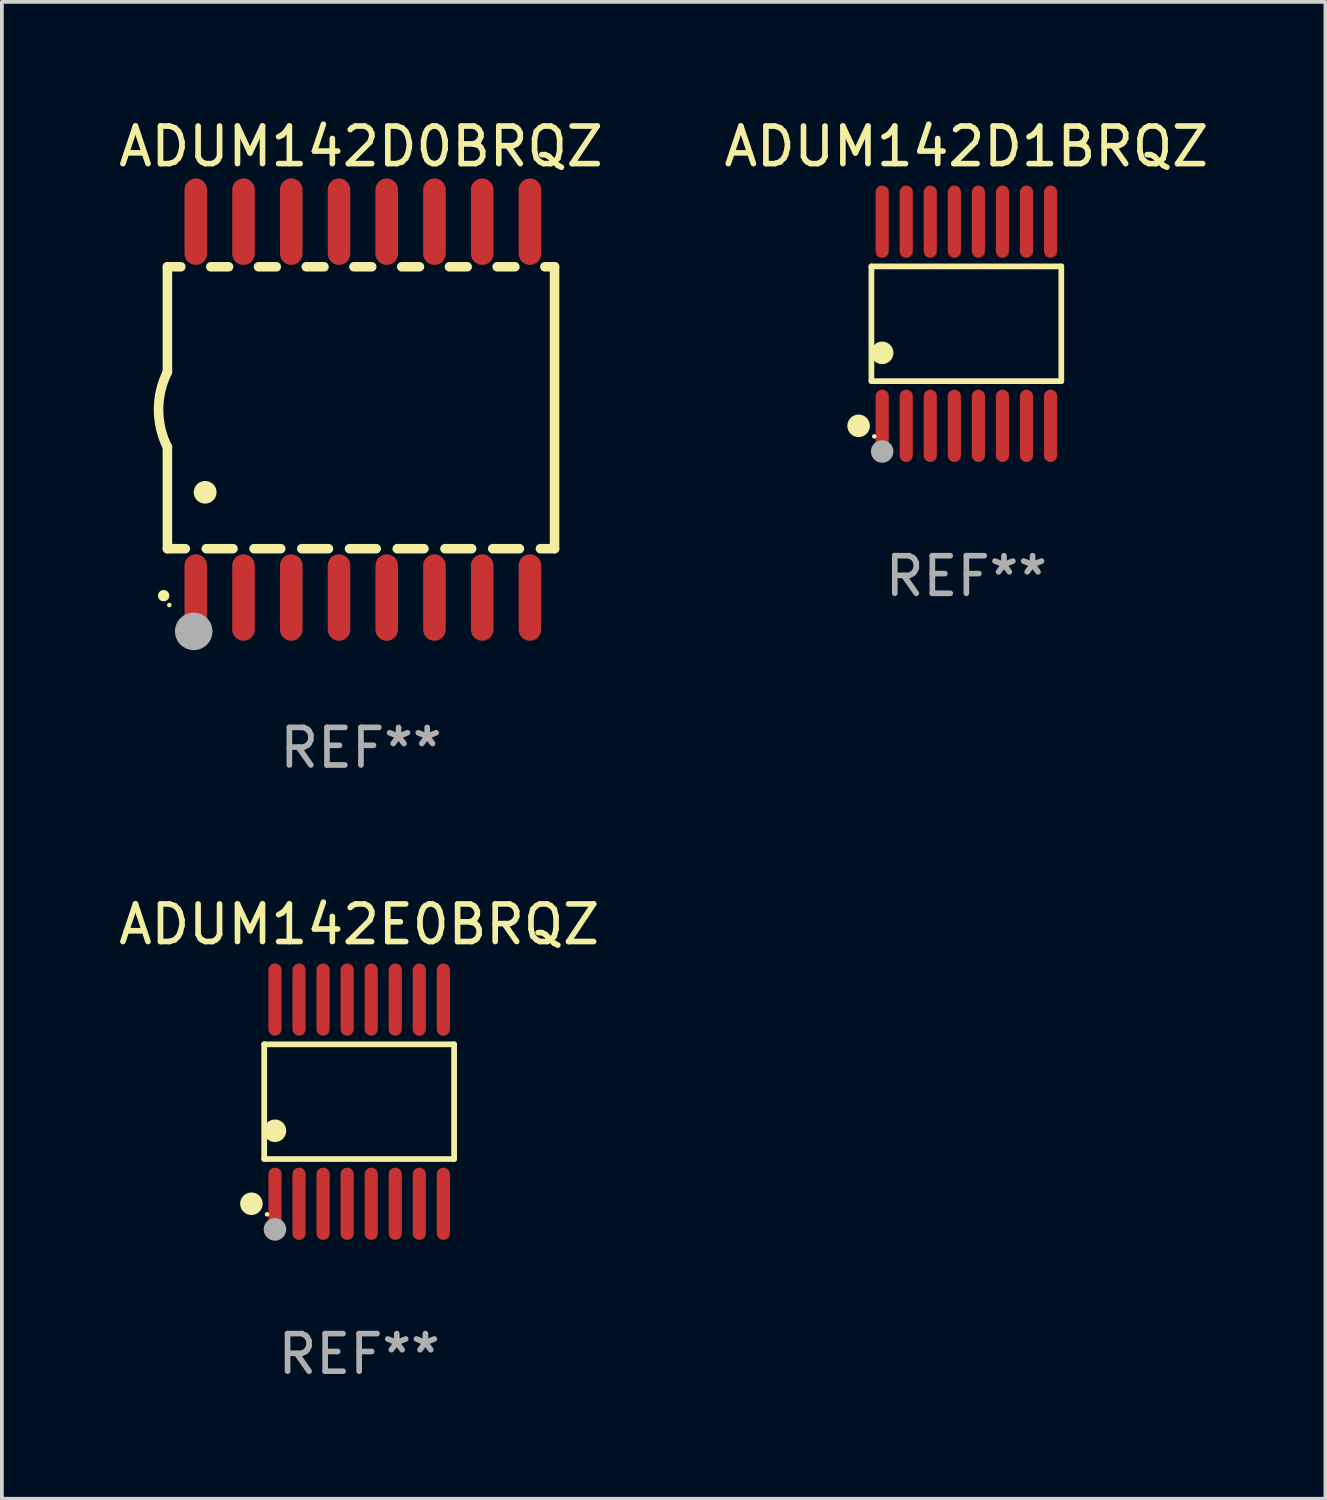
<source format=kicad_pcb>
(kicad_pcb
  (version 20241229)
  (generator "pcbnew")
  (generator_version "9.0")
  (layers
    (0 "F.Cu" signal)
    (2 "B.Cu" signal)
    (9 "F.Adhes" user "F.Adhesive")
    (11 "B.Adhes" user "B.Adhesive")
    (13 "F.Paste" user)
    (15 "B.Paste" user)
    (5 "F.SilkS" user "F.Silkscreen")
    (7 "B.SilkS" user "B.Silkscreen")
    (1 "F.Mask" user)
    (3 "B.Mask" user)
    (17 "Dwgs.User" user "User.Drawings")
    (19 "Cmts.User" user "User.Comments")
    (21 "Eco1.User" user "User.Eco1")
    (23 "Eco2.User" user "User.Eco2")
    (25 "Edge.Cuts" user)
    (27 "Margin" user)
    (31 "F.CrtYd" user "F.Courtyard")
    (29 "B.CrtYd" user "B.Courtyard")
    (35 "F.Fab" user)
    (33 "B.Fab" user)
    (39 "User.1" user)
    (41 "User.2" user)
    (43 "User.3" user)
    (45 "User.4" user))
  (footprint "ADUM142D0BRQZ"
    (layer "F.Cu")
    (at 6.554 7.848)
    (property "Reference" "ADUM142D0BRQZ" (at 0 -7 0) (layer "F.SilkS") (effects (font (size 1 1) (thickness 0.15))))
    (attr through_hole)
    (fp_line (start -5.15 -3.8) (end -4.794 -3.8) (stroke (width 0.254) (type solid)) (layer "F.SilkS"))
    (fp_line (start -5.15 -1) (end -5.15 -3.8) (stroke (width 0.254) (type solid)) (layer "F.SilkS"))
    (fp_line (start -5.15 3.7) (end -5.15 1.001) (stroke (width 0.254) (type solid)) (layer "F.SilkS"))
    (fp_line (start -4.675 3.7) (end -5.15 3.7) (stroke (width 0.254) (type solid)) (layer "F.SilkS"))
    (fp_line (start -3.996 -3.8) (end -3.524 -3.8) (stroke (width 0.254) (type solid)) (layer "F.SilkS"))
    (fp_line (start -3.405 3.7) (end -4.115 3.7) (stroke (width 0.254) (type solid)) (layer "F.SilkS"))
    (fp_line (start -2.726 -3.8) (end -2.254 -3.8) (stroke (width 0.254) (type solid)) (layer "F.SilkS"))
    (fp_line (start -2.135 3.7) (end -2.845 3.7) (stroke (width 0.254) (type solid)) (layer "F.SilkS"))
    (fp_line (start -1.456 -3.8) (end -0.984 -3.8) (stroke (width 0.254) (type solid)) (layer "F.SilkS"))
    (fp_line (start -0.865 3.7) (end -1.575 3.7) (stroke (width 0.254) (type solid)) (layer "F.SilkS"))
    (fp_line (start -0.186 -3.8) (end 0.286 -3.8) (stroke (width 0.254) (type solid)) (layer "F.SilkS"))
    (fp_line (start 0.405 3.7) (end -0.305 3.7) (stroke (width 0.254) (type solid)) (layer "F.SilkS"))
    (fp_line (start 1.084 -3.8) (end 1.556 -3.8) (stroke (width 0.254) (type solid)) (layer "F.SilkS"))
    (fp_line (start 1.675 3.7) (end 0.965 3.7) (stroke (width 0.254) (type solid)) (layer "F.SilkS"))
    (fp_line (start 2.354 -3.8) (end 2.826 -3.8) (stroke (width 0.254) (type solid)) (layer "F.SilkS"))
    (fp_line (start 2.945 3.7) (end 2.235 3.7) (stroke (width 0.254) (type solid)) (layer "F.SilkS"))
    (fp_line (start 3.624 -3.8) (end 4.096 -3.8) (stroke (width 0.254) (type solid)) (layer "F.SilkS"))
    (fp_line (start 4.215 3.7) (end 3.505 3.7) (stroke (width 0.254) (type solid)) (layer "F.SilkS"))
    (fp_line (start 4.894 -3.8) (end 5.15 -3.8) (stroke (width 0.254) (type solid)) (layer "F.SilkS"))
    (fp_line (start 5.15 -3.8) (end 5.15 3.7) (stroke (width 0.254) (type solid)) (layer "F.SilkS"))
    (fp_line (start 5.15 3.7) (end 4.775 3.7) (stroke (width 0.254) (type solid)) (layer "F.SilkS"))
    (fp_arc (start -5.250991 4.950495) (mid -5.249721 4.95049) (end -5.248451 4.950495) (stroke (width 0.3) (type solid)) (layer "F.SilkS"))
    (fp_arc (start -5.149111 1.000507) (mid -5.385546 0.000374) (end -5.150025 -0.999975) (stroke (width 0.254001) (type solid)) (layer "F.SilkS"))
    (fp_arc (start -4.15 2.200025) (mid -4.14619 2.200001) (end -4.14238 2.200025) (stroke (width 0.6) (type solid)) (layer "F.SilkS"))
    (fp_circle (center -5.1 5.2) (end -5.07 5.2) (stroke (width 0.06) (type solid)) (fill no) (layer "F.SilkS"))
    (fp_circle (center -4.45 5.9) (end -4.2 5.9) (stroke (width 0.5) (type solid)) (fill no) (layer "F.Fab"))
    (fp_text user "REF**" (at 0 9 0) (layer "F.Fab") (effects (font (size 1 1) (thickness 0.15))))
    (pad "1" smd oval (at -4.395 5 180) (size 0.6 2.3) (layers "F.Cu" "F.Mask" "F.Paste"))
    (pad "2" smd oval (at -3.125 5 180) (size 0.6 2.3) (layers "F.Cu" "F.Mask" "F.Paste"))
    (pad "3" smd oval (at -1.855 5 180) (size 0.6 2.3) (layers "F.Cu" "F.Mask" "F.Paste"))
    (pad "4" smd oval (at -0.585 5 180) (size 0.6 2.3) (layers "F.Cu" "F.Mask" "F.Paste"))
    (pad "5" smd oval (at 0.685 5 180) (size 0.6 2.3) (layers "F.Cu" "F.Mask" "F.Paste"))
    (pad "6" smd oval (at 1.955 5 180) (size 0.6 2.3) (layers "F.Cu" "F.Mask" "F.Paste"))
    (pad "7" smd oval (at 3.225 5 180) (size 0.6 2.3) (layers "F.Cu" "F.Mask" "F.Paste"))
    (pad "8" smd oval (at 4.495 5 180) (size 0.6 2.3) (layers "F.Cu" "F.Mask" "F.Paste"))
    (pad "9" smd oval (at 4.495 -5 180) (size 0.6 2.3) (layers "F.Cu" "F.Mask" "F.Paste"))
    (pad "10" smd oval (at 3.225 -5 180) (size 0.6 2.3) (layers "F.Cu" "F.Mask" "F.Paste"))
    (pad "11" smd oval (at 1.955 -5 180) (size 0.6 2.3) (layers "F.Cu" "F.Mask" "F.Paste"))
    (pad "12" smd oval (at 0.685 -5 180) (size 0.6 2.3) (layers "F.Cu" "F.Mask" "F.Paste"))
    (pad "13" smd oval (at -0.585 -5 180) (size 0.6 2.3) (layers "F.Cu" "F.Mask" "F.Paste"))
    (pad "14" smd oval (at -1.855 -5 180) (size 0.6 2.3) (layers "F.Cu" "F.Mask" "F.Paste"))
    (pad "15" smd oval (at -3.125 -5 180) (size 0.6 2.3) (layers "F.Cu" "F.Mask" "F.Paste"))
    (pad "16" smd oval (at -4.395 -5 180) (size 0.6 2.3) (layers "F.Cu" "F.Mask" "F.Paste")))
  (footprint "ADUM142E0BRQZ"
    (layer "F.Cu")
    (at 6.506 26.261)
    (property "Reference" "ADUM142E0BRQZ" (at 0 -4.716 0) (layer "F.SilkS") (effects (font (size 1 1) (thickness 0.15))))
    (attr through_hole)
    (fp_line (start -2.526 -1.526) (end 2.526 -1.526) (stroke (width 0.152) (type solid)) (layer "F.SilkS"))
    (fp_line (start -2.526 1.526) (end -2.526 -1.526) (stroke (width 0.152) (type solid)) (layer "F.SilkS"))
    (fp_line (start 2.526 -1.526) (end 2.526 1.526) (stroke (width 0.152) (type solid)) (layer "F.SilkS"))
    (fp_line (start 2.526 1.526) (end -2.526 1.526) (stroke (width 0.152) (type solid)) (layer "F.SilkS"))
    (fp_circle (center -2.867 2.716) (end -2.717 2.716) (stroke (width 0.3) (type solid)) (fill no) (layer "F.SilkS"))
    (fp_circle (center -2.45 2.997) (end -2.42 2.997) (stroke (width 0.06) (type solid)) (fill no) (layer "F.SilkS"))
    (fp_circle (center -2.24 0.774) (end -2.09 0.774) (stroke (width 0.3) (type solid)) (fill no) (layer "F.SilkS"))
    (fp_circle (center -2.24 3.398) (end -2.09 3.398) (stroke (width 0.3) (type solid)) (fill no) (layer "F.Fab"))
    (fp_text user "REF**" (at 0 6.716 0) (layer "F.Fab") (effects (font (size 1 1) (thickness 0.15))))
    (pad "1" smd oval (at -2.24 2.716) (size 0.35 1.922) (layers "F.Cu" "F.Mask" "F.Paste"))
    (pad "2" smd oval (at -1.6 2.716) (size 0.35 1.922) (layers "F.Cu" "F.Mask" "F.Paste"))
    (pad "3" smd oval (at -0.96 2.716) (size 0.35 1.922) (layers "F.Cu" "F.Mask" "F.Paste"))
    (pad "4" smd oval (at -0.32 2.716) (size 0.35 1.922) (layers "F.Cu" "F.Mask" "F.Paste"))
    (pad "5" smd oval (at 0.32 2.716) (size 0.35 1.922) (layers "F.Cu" "F.Mask" "F.Paste"))
    (pad "6" smd oval (at 0.96 2.716) (size 0.35 1.922) (layers "F.Cu" "F.Mask" "F.Paste"))
    (pad "7" smd oval (at 1.6 2.716) (size 0.35 1.922) (layers "F.Cu" "F.Mask" "F.Paste"))
    (pad "8" smd oval (at 2.24 2.716) (size 0.35 1.922) (layers "F.Cu" "F.Mask" "F.Paste"))
    (pad "9" smd oval (at 2.24 -2.716) (size 0.35 1.922) (layers "F.Cu" "F.Mask" "F.Paste"))
    (pad "10" smd oval (at 1.6 -2.716) (size 0.35 1.922) (layers "F.Cu" "F.Mask" "F.Paste"))
    (pad "11" smd oval (at 0.96 -2.716) (size 0.35 1.922) (layers "F.Cu" "F.Mask" "F.Paste"))
    (pad "12" smd oval (at 0.32 -2.716) (size 0.35 1.922) (layers "F.Cu" "F.Mask" "F.Paste"))
    (pad "13" smd oval (at -0.32 -2.716) (size 0.35 1.922) (layers "F.Cu" "F.Mask" "F.Paste"))
    (pad "14" smd oval (at -0.96 -2.716) (size 0.35 1.922) (layers "F.Cu" "F.Mask" "F.Paste"))
    (pad "15" smd oval (at -1.6 -2.716) (size 0.35 1.922) (layers "F.Cu" "F.Mask" "F.Paste"))
    (pad "16" smd oval (at -2.24 -2.716) (size 0.35 1.922) (layers "F.Cu" "F.Mask" "F.Paste")))
  (footprint "ADUM142D1BRQZ"
    (layer "F.Cu")
    (at 22.661 5.564)
    (property "Reference" "ADUM142D1BRQZ" (at 0 -4.716 0) (layer "F.SilkS") (effects (font (size 1 1) (thickness 0.15))))
    (attr through_hole)
    (fp_line (start -2.526 -1.526) (end 2.526 -1.526) (stroke (width 0.152) (type solid)) (layer "F.SilkS"))
    (fp_line (start -2.526 1.526) (end -2.526 -1.526) (stroke (width 0.152) (type solid)) (layer "F.SilkS"))
    (fp_line (start 2.526 -1.526) (end 2.526 1.526) (stroke (width 0.152) (type solid)) (layer "F.SilkS"))
    (fp_line (start 2.526 1.526) (end -2.526 1.526) (stroke (width 0.152) (type solid)) (layer "F.SilkS"))
    (fp_circle (center -2.867 2.716) (end -2.717 2.716) (stroke (width 0.3) (type solid)) (fill no) (layer "F.SilkS"))
    (fp_circle (center -2.45 2.997) (end -2.42 2.997) (stroke (width 0.06) (type solid)) (fill no) (layer "F.SilkS"))
    (fp_circle (center -2.24 0.774) (end -2.09 0.774) (stroke (width 0.3) (type solid)) (fill no) (layer "F.SilkS"))
    (fp_circle (center -2.24 3.398) (end -2.09 3.398) (stroke (width 0.3) (type solid)) (fill no) (layer "F.Fab"))
    (fp_text user "REF**" (at 0 6.716 0) (layer "F.Fab") (effects (font (size 1 1) (thickness 0.15))))
    (pad "1" smd oval (at -2.24 2.716) (size 0.35 1.922) (layers "F.Cu" "F.Mask" "F.Paste"))
    (pad "2" smd oval (at -1.6 2.716) (size 0.35 1.922) (layers "F.Cu" "F.Mask" "F.Paste"))
    (pad "3" smd oval (at -0.96 2.716) (size 0.35 1.922) (layers "F.Cu" "F.Mask" "F.Paste"))
    (pad "4" smd oval (at -0.32 2.716) (size 0.35 1.922) (layers "F.Cu" "F.Mask" "F.Paste"))
    (pad "5" smd oval (at 0.32 2.716) (size 0.35 1.922) (layers "F.Cu" "F.Mask" "F.Paste"))
    (pad "6" smd oval (at 0.96 2.716) (size 0.35 1.922) (layers "F.Cu" "F.Mask" "F.Paste"))
    (pad "7" smd oval (at 1.6 2.716) (size 0.35 1.922) (layers "F.Cu" "F.Mask" "F.Paste"))
    (pad "8" smd oval (at 2.24 2.716) (size 0.35 1.922) (layers "F.Cu" "F.Mask" "F.Paste"))
    (pad "9" smd oval (at 2.24 -2.716) (size 0.35 1.922) (layers "F.Cu" "F.Mask" "F.Paste"))
    (pad "10" smd oval (at 1.6 -2.716) (size 0.35 1.922) (layers "F.Cu" "F.Mask" "F.Paste"))
    (pad "11" smd oval (at 0.96 -2.716) (size 0.35 1.922) (layers "F.Cu" "F.Mask" "F.Paste"))
    (pad "12" smd oval (at 0.32 -2.716) (size 0.35 1.922) (layers "F.Cu" "F.Mask" "F.Paste"))
    (pad "13" smd oval (at -0.32 -2.716) (size 0.35 1.922) (layers "F.Cu" "F.Mask" "F.Paste"))
    (pad "14" smd oval (at -0.96 -2.716) (size 0.35 1.922) (layers "F.Cu" "F.Mask" "F.Paste"))
    (pad "15" smd oval (at -1.6 -2.716) (size 0.35 1.922) (layers "F.Cu" "F.Mask" "F.Paste"))
    (pad "16" smd oval (at -2.24 -2.716) (size 0.35 1.922) (layers "F.Cu" "F.Mask" "F.Paste")))
  (gr_rect
    (start -3 -3)
    (end 32.214 36.825)
    (stroke (width 0.1) (type default))
    (fill no)
    (layer "Edge.Cuts")))
</source>
